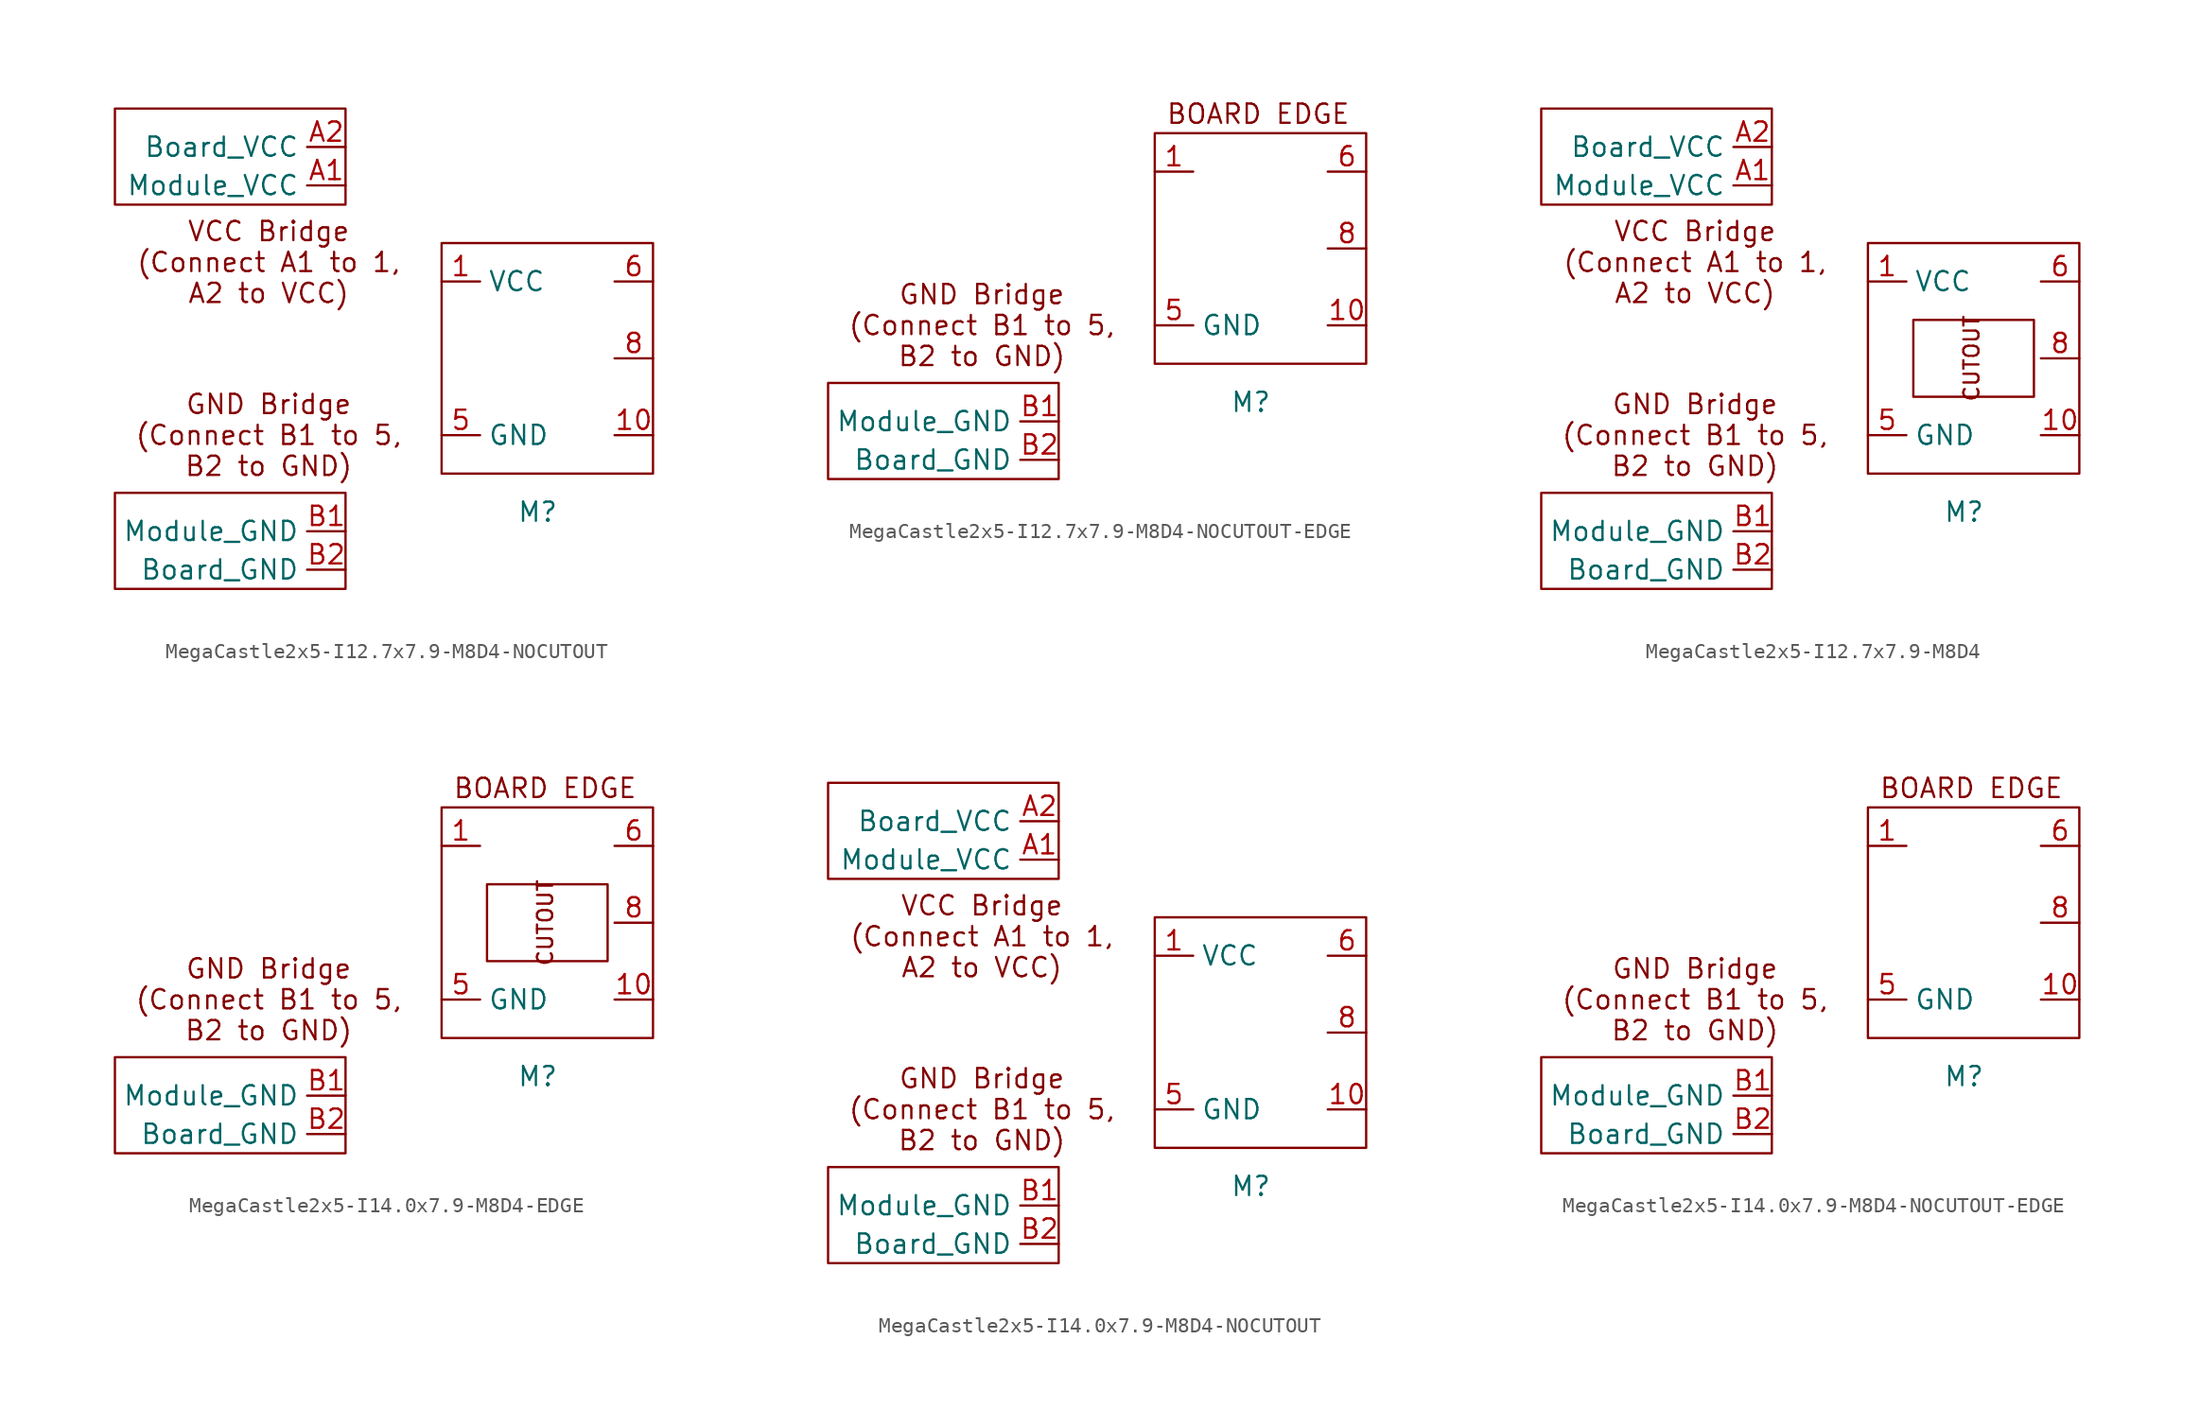
<source format=kicad_sym>
(kicad_symbol_lib
  (version 20241209)
  (generator "kicad_symbol_editor")
  (generator_version "9.0")
  (symbol "MegaCastle2x5-I12.7x7.9-M8D4-NOCUTOUT"
    (property "Reference" "M"
      (at 0 -10.16 0)
      (effects (font (size 1.27 1.27))))
    (property "Value" ""
      (at 0 5.08 0)
      (effects (font (size 1.27 1.27))))
    (symbol "MegaCastle2x5-I12.7x7.9-M8D4-NOCUTOUT_0_1"
      (rectangle (start -27.94 16.51) (end -12.7 10.16) (stroke (width 0) (type default)) (fill (type none)))
      (rectangle (start -27.94 -8.89) (end -12.7 -15.24) (stroke (width 0) (type default)) (fill (type none)))
      (rectangle (start -6.35 7.62) (end 7.62 -7.62) (stroke (width 0) (type default)) (fill (type none))))
    (symbol "MegaCastle2x5-I12.7x7.9-M8D4-NOCUTOUT_1_1"
      (text "VCC Bridge\n(Connect A1 to 1,\nA2 to VCC)" (at -17.78 6.35 0) (effects (font (size 1.27 1.27))))
      (text "GND Bridge\n(Connect B1 to 5,\nB2 to GND)" (at -17.78 -5.08 0) (effects (font (size 1.27 1.27))))
      (pin bidirectional line (at -12.7 13.97 180) (length 2.54) (name "Board_VCC" (effects (font (size 1.27 1.27)))) (number "A2" (effects (font (size 1.27 1.27)))))
      (pin bidirectional line (at -12.7 11.43 180) (length 2.54) (name "Module_VCC" (effects (font (size 1.27 1.27)))) (number "A1" (effects (font (size 1.27 1.27)))))
      (pin bidirectional line (at -12.7 -11.43 180) (length 2.54) (name "Module_GND" (effects (font (size 1.27 1.27)))) (number "B1" (effects (font (size 1.27 1.27)))))
      (pin bidirectional line (at -12.7 -13.97 180) (length 2.54) (name "Board_GND" (effects (font (size 1.27 1.27)))) (number "B2" (effects (font (size 1.27 1.27)))))
      (pin bidirectional line (at -6.35 5.08 0) (length 2.54) (name "VCC" (effects (font (size 1.27 1.27)))) (number "1" (effects (font (size 1.27 1.27)))))
      (pin bidirectional line (at -6.35 -5.08 0) (length 2.54) (name "GND" (effects (font (size 1.27 1.27)))) (number "5" (effects (font (size 1.27 1.27)))))
      (pin bidirectional line (at 7.62 5.08 180) (length 2.54) (name "" (effects (font (size 1.27 1.27)))) (number "6" (effects (font (size 1.27 1.27)))))
      (pin bidirectional line (at 7.62 0 180) (length 2.54) (name "" (effects (font (size 1.27 1.27)))) (number "8" (effects (font (size 1.27 1.27)))))
      (pin bidirectional line (at 7.62 -5.08 180) (length 2.54) (name "" (effects (font (size 1.27 1.27)))) (number "10" (effects (font (size 1.27 1.27)))))))
  (symbol "MegaCastle2x5-I12.7x7.9-M8D4-NOCUTOUT-EDGE"
    (property "Reference" "M"
      (at 0 -10.16 0)
      (effects (font (size 1.27 1.27))))
    (property "Value" ""
      (at 0 5.08 0)
      (effects (font (size 1.27 1.27))))
    (symbol "MegaCastle2x5-I12.7x7.9-M8D4-NOCUTOUT-EDGE_0_1"
      (rectangle (start -27.94 -8.89) (end -12.7 -15.24) (stroke (width 0) (type default)) (fill (type none)))
      (rectangle (start -6.35 7.62) (end 7.62 -7.62) (stroke (width 0) (type default)) (fill (type none))))
    (symbol "MegaCastle2x5-I12.7x7.9-M8D4-NOCUTOUT-EDGE_1_1"
      (text "GND Bridge\n(Connect B1 to 5,\nB2 to GND)" (at -17.78 -5.08 0) (effects (font (size 1.27 1.27))))
      (text " BOARD EDGE" (at 0 8.89 0) (effects (font (size 1.27 1.27))))
      (pin bidirectional line (at -12.7 -11.43 180) (length 2.54) (name "Module_GND" (effects (font (size 1.27 1.27)))) (number "B1" (effects (font (size 1.27 1.27)))))
      (pin bidirectional line (at -12.7 -13.97 180) (length 2.54) (name "Board_GND" (effects (font (size 1.27 1.27)))) (number "B2" (effects (font (size 1.27 1.27)))))
      (pin bidirectional line (at -6.35 5.08 0) (length 2.54) (name "" (effects (font (size 1.27 1.27)))) (number "1" (effects (font (size 1.27 1.27)))))
      (pin bidirectional line (at -6.35 -5.08 0) (length 2.54) (name "GND" (effects (font (size 1.27 1.27)))) (number "5" (effects (font (size 1.27 1.27)))))
      (pin bidirectional line (at 7.62 5.08 180) (length 2.54) (name "" (effects (font (size 1.27 1.27)))) (number "6" (effects (font (size 1.27 1.27)))))
      (pin bidirectional line (at 7.62 0 180) (length 2.54) (name "" (effects (font (size 1.27 1.27)))) (number "8" (effects (font (size 1.27 1.27)))))
      (pin bidirectional line (at 7.62 -5.08 180) (length 2.54) (name "" (effects (font (size 1.27 1.27)))) (number "10" (effects (font (size 1.27 1.27)))))))
  (symbol "MegaCastle2x5-I12.7x7.9-M8D4"
    (property "Reference" "M"
      (at 0 -10.16 0)
      (effects (font (size 1.27 1.27))))
    (property "Value" ""
      (at 0 5.08 0)
      (effects (font (size 1.27 1.27))))
    (symbol "MegaCastle2x5-I12.7x7.9-M8D4_0_1"
      (rectangle (start -27.94 16.51) (end -12.7 10.16) (stroke (width 0) (type default)) (fill (type none)))
      (rectangle (start -27.94 -8.89) (end -12.7 -15.24) (stroke (width 0) (type default)) (fill (type none)))
      (rectangle (start -6.35 7.62) (end 7.62 -7.62) (stroke (width 0) (type default)) (fill (type none)))
      (rectangle (start -3.35 2.54) (end 4.62 -2.54) (stroke (width 0) (type default)) (fill (type none))))
    (symbol "MegaCastle2x5-I12.7x7.9-M8D4_1_1"
      (text "VCC Bridge\n(Connect A1 to 1,\nA2 to VCC)" (at -17.78 6.35 0) (effects (font (size 1.27 1.27))))
      (text "GND Bridge\n(Connect B1 to 5,\nB2 to GND)" (at -17.78 -5.08 0) (effects (font (size 1.27 1.27))))
      (text "CUTOUT" (at 0.5 0 900) (effects (font (size 1 1))))
      (pin bidirectional line (at -12.7 13.97 180) (length 2.54) (name "Board_VCC" (effects (font (size 1.27 1.27)))) (number "A2" (effects (font (size 1.27 1.27)))))
      (pin bidirectional line (at -12.7 11.43 180) (length 2.54) (name "Module_VCC" (effects (font (size 1.27 1.27)))) (number "A1" (effects (font (size 1.27 1.27)))))
      (pin bidirectional line (at -12.7 -11.43 180) (length 2.54) (name "Module_GND" (effects (font (size 1.27 1.27)))) (number "B1" (effects (font (size 1.27 1.27)))))
      (pin bidirectional line (at -12.7 -13.97 180) (length 2.54) (name "Board_GND" (effects (font (size 1.27 1.27)))) (number "B2" (effects (font (size 1.27 1.27)))))
      (pin bidirectional line (at -6.35 5.08 0) (length 2.54) (name "VCC" (effects (font (size 1.27 1.27)))) (number "1" (effects (font (size 1.27 1.27)))))
      (pin bidirectional line (at -6.35 -5.08 0) (length 2.54) (name "GND" (effects (font (size 1.27 1.27)))) (number "5" (effects (font (size 1.27 1.27)))))
      (pin bidirectional line (at 7.62 5.08 180) (length 2.54) (name "" (effects (font (size 1.27 1.27)))) (number "6" (effects (font (size 1.27 1.27)))))
      (pin bidirectional line (at 7.62 0 180) (length 2.54) (name "" (effects (font (size 1.27 1.27)))) (number "8" (effects (font (size 1.27 1.27)))))
      (pin bidirectional line (at 7.62 -5.08 180) (length 2.54) (name "" (effects (font (size 1.27 1.27)))) (number "10" (effects (font (size 1.27 1.27)))))))
  (symbol "MegaCastle2x5-I14.0x7.9-M8D4-EDGE"
    (property "Reference" "M"
      (at 0 -10.16 0)
      (effects (font (size 1.27 1.27))))
    (property "Value" ""
      (at 0 5.08 0)
      (effects (font (size 1.27 1.27))))
    (symbol "MegaCastle2x5-I14.0x7.9-M8D4-EDGE_0_1"
      (rectangle (start -27.94 -8.89) (end -12.7 -15.24) (stroke (width 0) (type default)) (fill (type none)))
      (rectangle (start -6.35 7.62) (end 7.62 -7.62) (stroke (width 0) (type default)) (fill (type none)))
      (rectangle (start -3.35 2.54) (end 4.62 -2.54) (stroke (width 0) (type default)) (fill (type none))))
    (symbol "MegaCastle2x5-I14.0x7.9-M8D4-EDGE_1_1"
      (text "GND Bridge\n(Connect B1 to 5,\nB2 to GND)" (at -17.78 -5.08 0) (effects (font (size 1.27 1.27))))
      (text " BOARD EDGE" (at 0 8.89 0) (effects (font (size 1.27 1.27))))
      (text "CUTOUT" (at 0.5 0 900) (effects (font (size 1 1))))
      (pin bidirectional line (at -12.7 -11.43 180) (length 2.54) (name "Module_GND" (effects (font (size 1.27 1.27)))) (number "B1" (effects (font (size 1.27 1.27)))))
      (pin bidirectional line (at -12.7 -13.97 180) (length 2.54) (name "Board_GND" (effects (font (size 1.27 1.27)))) (number "B2" (effects (font (size 1.27 1.27)))))
      (pin bidirectional line (at -6.35 5.08 0) (length 2.54) (name "" (effects (font (size 1.27 1.27)))) (number "1" (effects (font (size 1.27 1.27)))))
      (pin bidirectional line (at -6.35 -5.08 0) (length 2.54) (name "GND" (effects (font (size 1.27 1.27)))) (number "5" (effects (font (size 1.27 1.27)))))
      (pin bidirectional line (at 7.62 5.08 180) (length 2.54) (name "" (effects (font (size 1.27 1.27)))) (number "6" (effects (font (size 1.27 1.27)))))
      (pin bidirectional line (at 7.62 0 180) (length 2.54) (name "" (effects (font (size 1.27 1.27)))) (number "8" (effects (font (size 1.27 1.27)))))
      (pin bidirectional line (at 7.62 -5.08 180) (length 2.54) (name "" (effects (font (size 1.27 1.27)))) (number "10" (effects (font (size 1.27 1.27)))))))
  (symbol "MegaCastle2x5-I14.0x7.9-M8D4-NOCUTOUT"
    (property "Reference" "M"
      (at 0 -10.16 0)
      (effects (font (size 1.27 1.27))))
    (property "Value" ""
      (at 0 5.08 0)
      (effects (font (size 1.27 1.27))))
    (symbol "MegaCastle2x5-I14.0x7.9-M8D4-NOCUTOUT_0_1"
      (rectangle (start -27.94 16.51) (end -12.7 10.16) (stroke (width 0) (type default)) (fill (type none)))
      (rectangle (start -27.94 -8.89) (end -12.7 -15.24) (stroke (width 0) (type default)) (fill (type none)))
      (rectangle (start -6.35 7.62) (end 7.62 -7.62) (stroke (width 0) (type default)) (fill (type none))))
    (symbol "MegaCastle2x5-I14.0x7.9-M8D4-NOCUTOUT_1_1"
      (text "VCC Bridge\n(Connect A1 to 1,\nA2 to VCC)" (at -17.78 6.35 0) (effects (font (size 1.27 1.27))))
      (text "GND Bridge\n(Connect B1 to 5,\nB2 to GND)" (at -17.78 -5.08 0) (effects (font (size 1.27 1.27))))
      (pin bidirectional line (at -12.7 13.97 180) (length 2.54) (name "Board_VCC" (effects (font (size 1.27 1.27)))) (number "A2" (effects (font (size 1.27 1.27)))))
      (pin bidirectional line (at -12.7 11.43 180) (length 2.54) (name "Module_VCC" (effects (font (size 1.27 1.27)))) (number "A1" (effects (font (size 1.27 1.27)))))
      (pin bidirectional line (at -12.7 -11.43 180) (length 2.54) (name "Module_GND" (effects (font (size 1.27 1.27)))) (number "B1" (effects (font (size 1.27 1.27)))))
      (pin bidirectional line (at -12.7 -13.97 180) (length 2.54) (name "Board_GND" (effects (font (size 1.27 1.27)))) (number "B2" (effects (font (size 1.27 1.27)))))
      (pin bidirectional line (at -6.35 5.08 0) (length 2.54) (name "VCC" (effects (font (size 1.27 1.27)))) (number "1" (effects (font (size 1.27 1.27)))))
      (pin bidirectional line (at -6.35 -5.08 0) (length 2.54) (name "GND" (effects (font (size 1.27 1.27)))) (number "5" (effects (font (size 1.27 1.27)))))
      (pin bidirectional line (at 7.62 5.08 180) (length 2.54) (name "" (effects (font (size 1.27 1.27)))) (number "6" (effects (font (size 1.27 1.27)))))
      (pin bidirectional line (at 7.62 0 180) (length 2.54) (name "" (effects (font (size 1.27 1.27)))) (number "8" (effects (font (size 1.27 1.27)))))
      (pin bidirectional line (at 7.62 -5.08 180) (length 2.54) (name "" (effects (font (size 1.27 1.27)))) (number "10" (effects (font (size 1.27 1.27)))))))
  (symbol "MegaCastle2x5-I14.0x7.9-M8D4-NOCUTOUT-EDGE"
    (property "Reference" "M"
      (at 0 -10.16 0)
      (effects (font (size 1.27 1.27))))
    (property "Value" ""
      (at 0 5.08 0)
      (effects (font (size 1.27 1.27))))
    (symbol "MegaCastle2x5-I14.0x7.9-M8D4-NOCUTOUT-EDGE_0_1"
      (rectangle (start -27.94 -8.89) (end -12.7 -15.24) (stroke (width 0) (type default)) (fill (type none)))
      (rectangle (start -6.35 7.62) (end 7.62 -7.62) (stroke (width 0) (type default)) (fill (type none))))
    (symbol "MegaCastle2x5-I14.0x7.9-M8D4-NOCUTOUT-EDGE_1_1"
      (text "GND Bridge\n(Connect B1 to 5,\nB2 to GND)" (at -17.78 -5.08 0) (effects (font (size 1.27 1.27))))
      (text " BOARD EDGE" (at 0 8.89 0) (effects (font (size 1.27 1.27))))
      (pin bidirectional line (at -12.7 -11.43 180) (length 2.54) (name "Module_GND" (effects (font (size 1.27 1.27)))) (number "B1" (effects (font (size 1.27 1.27)))))
      (pin bidirectional line (at -12.7 -13.97 180) (length 2.54) (name "Board_GND" (effects (font (size 1.27 1.27)))) (number "B2" (effects (font (size 1.27 1.27)))))
      (pin bidirectional line (at -6.35 5.08 0) (length 2.54) (name "" (effects (font (size 1.27 1.27)))) (number "1" (effects (font (size 1.27 1.27)))))
      (pin bidirectional line (at -6.35 -5.08 0) (length 2.54) (name "GND" (effects (font (size 1.27 1.27)))) (number "5" (effects (font (size 1.27 1.27)))))
      (pin bidirectional line (at 7.62 5.08 180) (length 2.54) (name "" (effects (font (size 1.27 1.27)))) (number "6" (effects (font (size 1.27 1.27)))))
      (pin bidirectional line (at 7.62 0 180) (length 2.54) (name "" (effects (font (size 1.27 1.27)))) (number "8" (effects (font (size 1.27 1.27)))))
      (pin bidirectional line (at 7.62 -5.08 180) (length 2.54) (name "" (effects (font (size 1.27 1.27)))) (number "10" (effects (font (size 1.27 1.27))))))))
</source>
